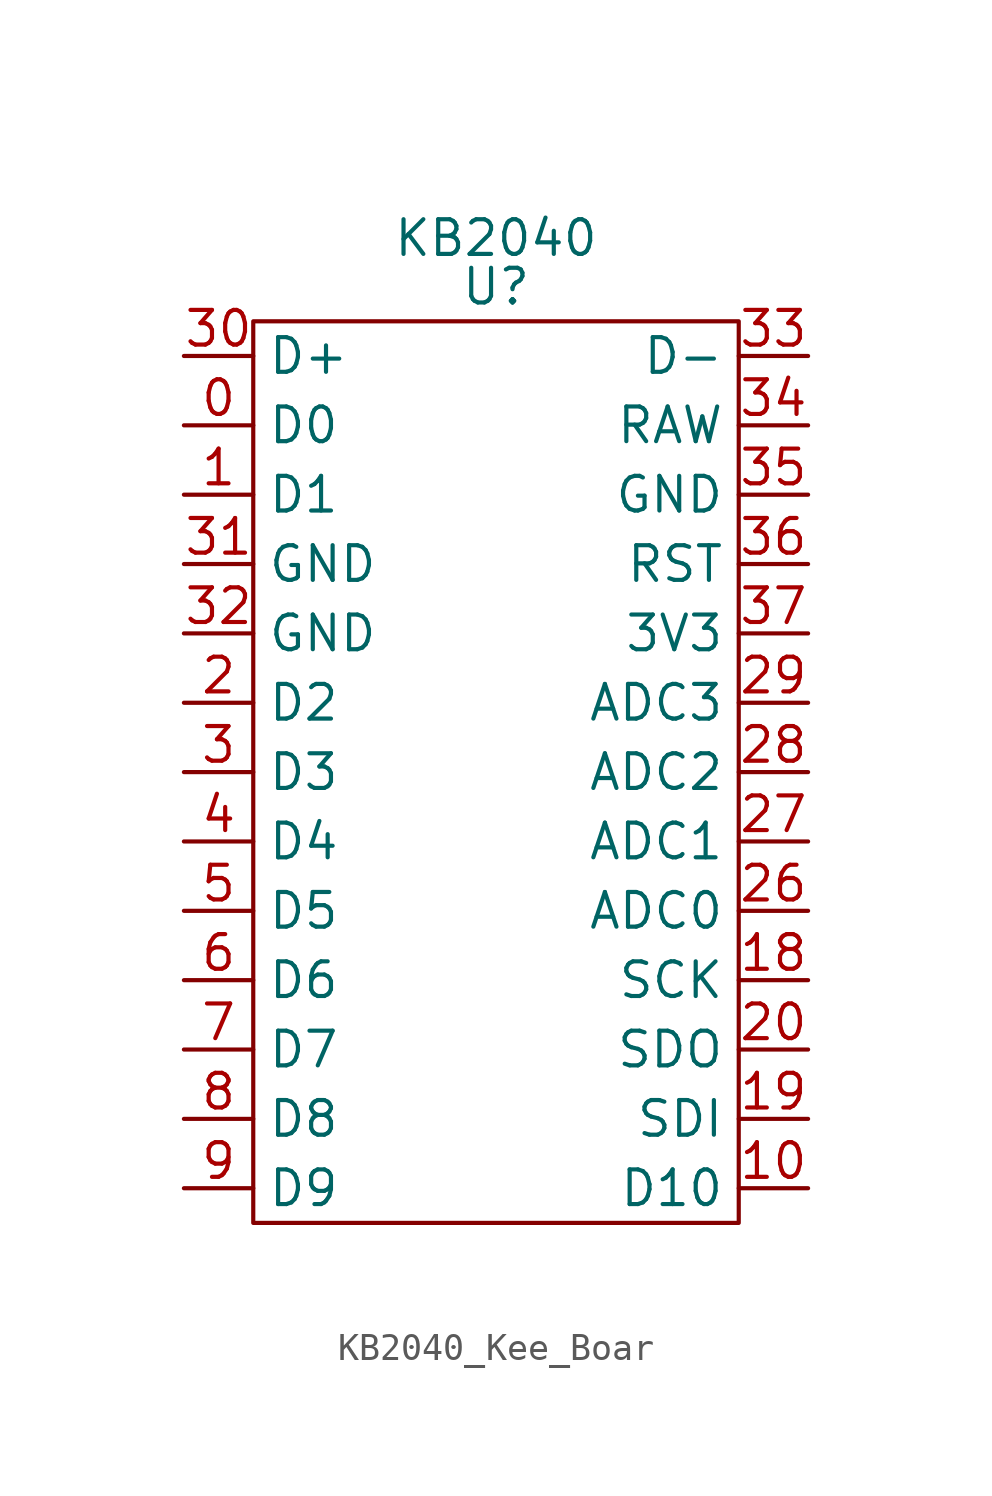
<source format=kicad_sym>
(kicad_symbol_lib
  (version 20231120)
  (generator "kicad_symbol_editor")
  (generator_version "8.0")
  (symbol "KB2040_Kee_Boar"
    (property "Reference" "U"
      (at 0 0 0)
      (effects (font (size 1.27 1.27))))
    (property "Value" "KB2040"
      (at 0 1.778 0)
      (effects (font (size 1.27 1.27))))
    (symbol "KB2040_Kee_Boar_0_1"
      (rectangle (start -8.89 -1.27) (end 8.89 -34.29) (stroke (width 0) (type default)) (fill (type none))))
    (symbol "KB2040_Kee_Boar_1_1"
      (pin bidirectional line (at -11.43 -5.08 0) (length 2.54) (name "D0" (effects (font (size 1.27 1.27)))) (number "0" (effects (font (size 1.27 1.27)))))
      (pin bidirectional line (at -11.43 -7.62 0) (length 2.54) (name "D1" (effects (font (size 1.27 1.27)))) (number "1" (effects (font (size 1.27 1.27)))))
      (pin bidirectional line (at 11.43 -33.02 180) (length 2.54) (name "D10" (effects (font (size 1.27 1.27)))) (number "10" (effects (font (size 1.27 1.27)))))
      (pin bidirectional line (at 11.43 -25.4 180) (length 2.54) (name "SCK" (effects (font (size 1.27 1.27)))) (number "18" (effects (font (size 1.27 1.27)))))
      (pin bidirectional line (at 11.43 -30.48 180) (length 2.54) (name "SDI" (effects (font (size 1.27 1.27)))) (number "19" (effects (font (size 1.27 1.27)))))
      (pin bidirectional line (at -11.43 -15.24 0) (length 2.54) (name "D2" (effects (font (size 1.27 1.27)))) (number "2" (effects (font (size 1.27 1.27)))))
      (pin bidirectional line (at 11.43 -27.94 180) (length 2.54) (name "SDO" (effects (font (size 1.27 1.27)))) (number "20" (effects (font (size 1.27 1.27)))))
      (pin bidirectional line (at 11.43 -22.86 180) (length 2.54) (name "ADC0" (effects (font (size 1.27 1.27)))) (number "26" (effects (font (size 1.27 1.27)))))
      (pin bidirectional line (at 11.43 -20.32 180) (length 2.54) (name "ADC1" (effects (font (size 1.27 1.27)))) (number "27" (effects (font (size 1.27 1.27)))))
      (pin bidirectional line (at 11.43 -17.78 180) (length 2.54) (name "ADC2" (effects (font (size 1.27 1.27)))) (number "28" (effects (font (size 1.27 1.27)))))
      (pin bidirectional line (at 11.43 -15.24 180) (length 2.54) (name "ADC3" (effects (font (size 1.27 1.27)))) (number "29" (effects (font (size 1.27 1.27)))))
      (pin bidirectional line (at -11.43 -17.78 0) (length 2.54) (name "D3" (effects (font (size 1.27 1.27)))) (number "3" (effects (font (size 1.27 1.27)))))
      (pin power_out line (at -11.43 -2.54 0) (length 2.54) (name "D+" (effects (font (size 1.27 1.27)))) (number "30" (effects (font (size 1.27 1.27)))))
      (pin power_out line (at -11.43 -10.16 0) (length 2.54) (name "GND" (effects (font (size 1.27 1.27)))) (number "31" (effects (font (size 1.27 1.27)))))
      (pin power_out line (at -11.43 -12.7 0) (length 2.54) (name "GND" (effects (font (size 1.27 1.27)))) (number "32" (effects (font (size 1.27 1.27)))))
      (pin power_out line (at 11.43 -2.54 180) (length 2.54) (name "D-" (effects (font (size 1.27 1.27)))) (number "33" (effects (font (size 1.27 1.27)))))
      (pin power_out line (at 11.43 -5.08 180) (length 2.54) (name "RAW" (effects (font (size 1.27 1.27)))) (number "34" (effects (font (size 1.27 1.27)))))
      (pin power_out line (at 11.43 -7.62 180) (length 2.54) (name "GND" (effects (font (size 1.27 1.27)))) (number "35" (effects (font (size 1.27 1.27)))))
      (pin input line (at 11.43 -10.16 180) (length 2.54) (name "RST" (effects (font (size 1.27 1.27)))) (number "36" (effects (font (size 1.27 1.27)))))
      (pin power_out line (at 11.43 -12.7 180) (length 2.54) (name "3V3" (effects (font (size 1.27 1.27)))) (number "37" (effects (font (size 1.27 1.27)))))
      (pin bidirectional line (at -11.43 -20.32 0) (length 2.54) (name "D4" (effects (font (size 1.27 1.27)))) (number "4" (effects (font (size 1.27 1.27)))))
      (pin bidirectional line (at -11.43 -22.86 0) (length 2.54) (name "D5" (effects (font (size 1.27 1.27)))) (number "5" (effects (font (size 1.27 1.27)))))
      (pin bidirectional line (at -11.43 -25.4 0) (length 2.54) (name "D6" (effects (font (size 1.27 1.27)))) (number "6" (effects (font (size 1.27 1.27)))))
      (pin bidirectional line (at -11.43 -27.94 0) (length 2.54) (name "D7" (effects (font (size 1.27 1.27)))) (number "7" (effects (font (size 1.27 1.27)))))
      (pin bidirectional line (at -11.43 -30.48 0) (length 2.54) (name "D8" (effects (font (size 1.27 1.27)))) (number "8" (effects (font (size 1.27 1.27)))))
      (pin bidirectional line (at -11.43 -33.02 0) (length 2.54) (name "D9" (effects (font (size 1.27 1.27)))) (number "9" (effects (font (size 1.27 1.27))))))))
</source>
